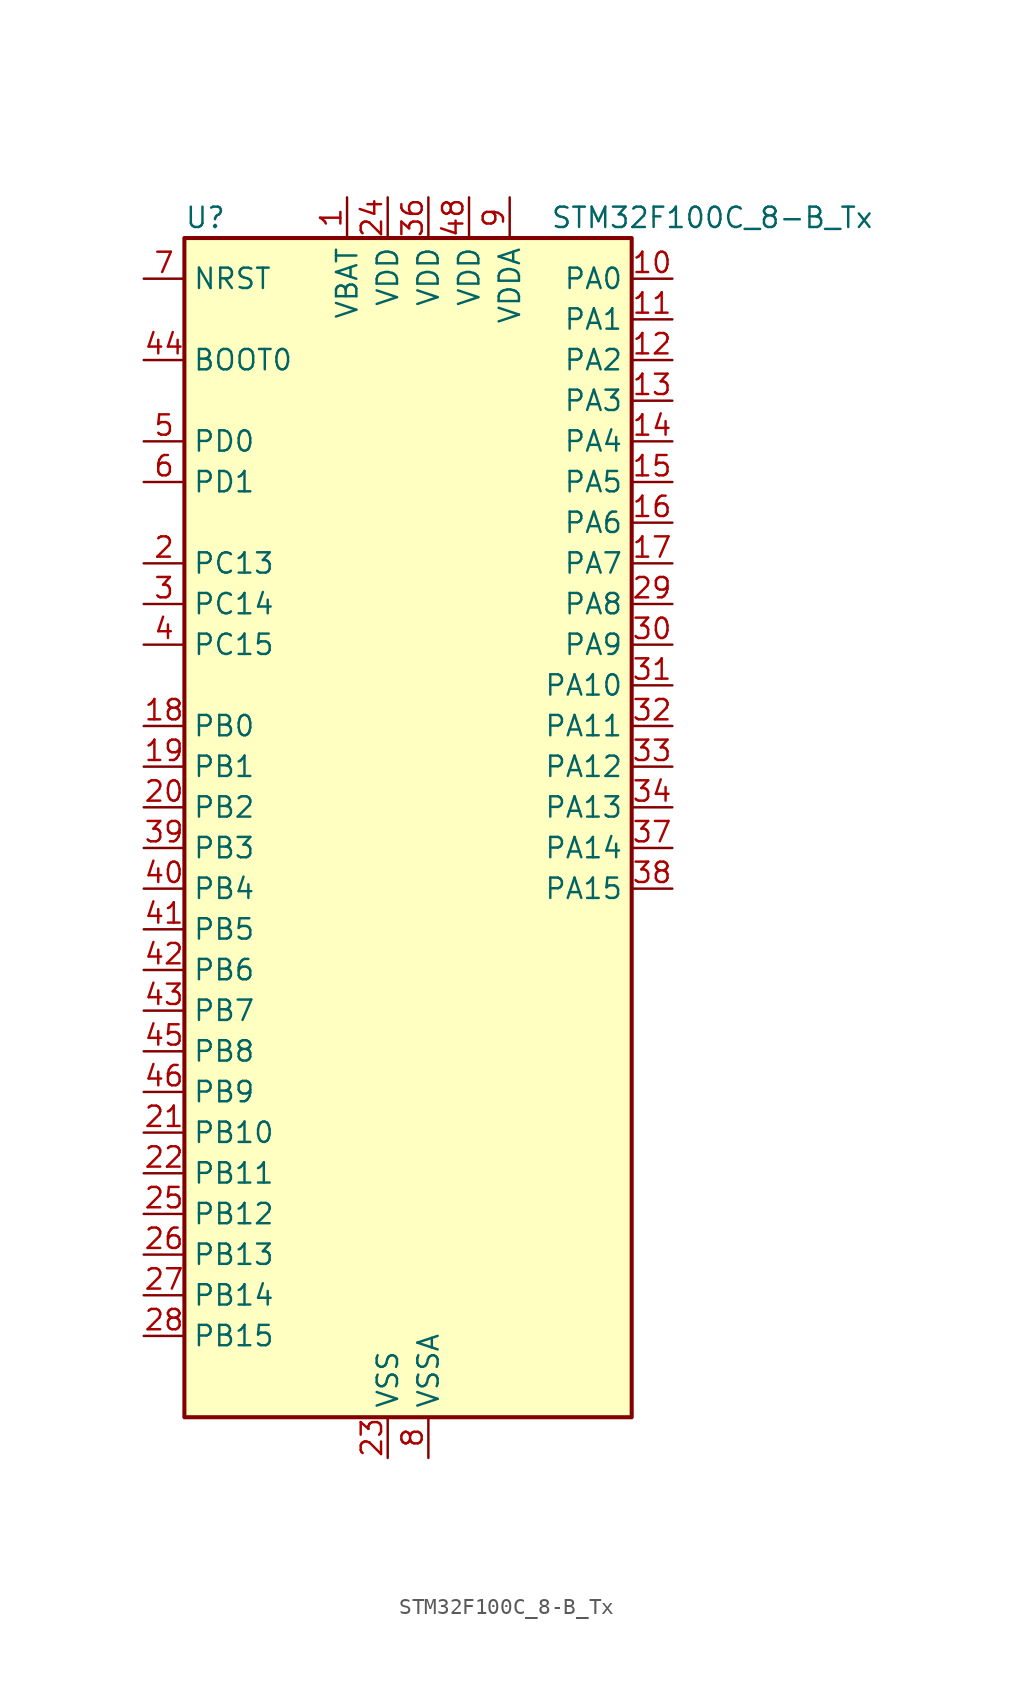
<source format=kicad_sym>
(kicad_symbol_lib
  (version 20220914)
  (generator kicad_symbol_editor)
  (symbol "STM32F100C_8-B_Tx"
    (property "Reference" "U"
      (at -12.7 39.37 0)
      (effects (font (size 1.27 1.27)) (justify left)))
    (property "Value" "STM32F100C_8-B_Tx"
      (at 10.16 39.37 0)
      (effects (font (size 1.27 1.27)) (justify left)))
    (property "ki_locked" ""
      (at 0 0 0)
      (effects (font (size 1.27 1.27))))
    (symbol "STM32F100C_8-B_Tx_0_1"
      (rectangle (start -12.7 -35.56) (end 15.24 38.1) (stroke (width 0.254) (type default)) (fill (type background))))
    (symbol "STM32F100C_8-B_Tx_1_1"
      (pin power_in line (at -2.54 40.64 270) (length 2.54) (name "VBAT" (effects (font (size 1.27 1.27)))) (number "1" (effects (font (size 1.27 1.27)))))
      (pin bidirectional line (at 17.78 35.56 180) (length 2.54) (name "PA0" (effects (font (size 1.27 1.27)))) (number "10" (effects (font (size 1.27 1.27)))) (alternate "ADC1_IN0" bidirectional line) (alternate "SYS_WKUP" bidirectional line) (alternate "TIM2_CH1" bidirectional line) (alternate "TIM2_ETR" bidirectional line) (alternate "USART2_CTS" bidirectional line))
      (pin bidirectional line (at 17.78 33.02 180) (length 2.54) (name "PA1" (effects (font (size 1.27 1.27)))) (number "11" (effects (font (size 1.27 1.27)))) (alternate "ADC1_IN1" bidirectional line) (alternate "TIM2_CH2" bidirectional line) (alternate "USART2_RTS" bidirectional line))
      (pin bidirectional line (at 17.78 30.48 180) (length 2.54) (name "PA2" (effects (font (size 1.27 1.27)))) (number "12" (effects (font (size 1.27 1.27)))) (alternate "ADC1_IN2" bidirectional line) (alternate "TIM15_CH1" bidirectional line) (alternate "TIM2_CH3" bidirectional line) (alternate "USART2_TX" bidirectional line))
      (pin bidirectional line (at 17.78 27.94 180) (length 2.54) (name "PA3" (effects (font (size 1.27 1.27)))) (number "13" (effects (font (size 1.27 1.27)))) (alternate "ADC1_IN3" bidirectional line) (alternate "TIM15_CH2" bidirectional line) (alternate "TIM2_CH4" bidirectional line) (alternate "USART2_RX" bidirectional line))
      (pin bidirectional line (at 17.78 25.4 180) (length 2.54) (name "PA4" (effects (font (size 1.27 1.27)))) (number "14" (effects (font (size 1.27 1.27)))) (alternate "ADC1_IN4" bidirectional line) (alternate "DAC_OUT1" bidirectional line) (alternate "SPI1_NSS" bidirectional line) (alternate "USART2_CK" bidirectional line))
      (pin bidirectional line (at 17.78 22.86 180) (length 2.54) (name "PA5" (effects (font (size 1.27 1.27)))) (number "15" (effects (font (size 1.27 1.27)))) (alternate "ADC1_IN5" bidirectional line) (alternate "DAC_OUT2" bidirectional line) (alternate "SPI1_SCK" bidirectional line))
      (pin bidirectional line (at 17.78 20.32 180) (length 2.54) (name "PA6" (effects (font (size 1.27 1.27)))) (number "16" (effects (font (size 1.27 1.27)))) (alternate "ADC1_IN6" bidirectional line) (alternate "SPI1_MISO" bidirectional line) (alternate "TIM16_CH1" bidirectional line) (alternate "TIM1_BKIN" bidirectional line) (alternate "TIM3_CH1" bidirectional line))
      (pin bidirectional line (at 17.78 17.78 180) (length 2.54) (name "PA7" (effects (font (size 1.27 1.27)))) (number "17" (effects (font (size 1.27 1.27)))) (alternate "ADC1_IN7" bidirectional line) (alternate "SPI1_MOSI" bidirectional line) (alternate "TIM17_CH1" bidirectional line) (alternate "TIM1_CH1N" bidirectional line) (alternate "TIM3_CH2" bidirectional line))
      (pin bidirectional line (at -15.24 7.62 0) (length 2.54) (name "PB0" (effects (font (size 1.27 1.27)))) (number "18" (effects (font (size 1.27 1.27)))) (alternate "ADC1_IN8" bidirectional line) (alternate "TIM1_CH2N" bidirectional line) (alternate "TIM3_CH3" bidirectional line))
      (pin bidirectional line (at -15.24 5.08 0) (length 2.54) (name "PB1" (effects (font (size 1.27 1.27)))) (number "19" (effects (font (size 1.27 1.27)))) (alternate "ADC1_IN9" bidirectional line) (alternate "TIM1_CH3N" bidirectional line) (alternate "TIM3_CH4" bidirectional line))
      (pin bidirectional line (at -15.24 17.78 0) (length 2.54) (name "PC13" (effects (font (size 1.27 1.27)))) (number "2" (effects (font (size 1.27 1.27)))) (alternate "RTC_OUT" bidirectional line) (alternate "RTC_TAMPER" bidirectional line))
      (pin bidirectional line (at -15.24 2.54 0) (length 2.54) (name "PB2" (effects (font (size 1.27 1.27)))) (number "20" (effects (font (size 1.27 1.27)))))
      (pin bidirectional line (at -15.24 -17.78 0) (length 2.54) (name "PB10" (effects (font (size 1.27 1.27)))) (number "21" (effects (font (size 1.27 1.27)))) (alternate "CEC" bidirectional line) (alternate "I2C2_SCL" bidirectional line) (alternate "TIM2_CH3" bidirectional line) (alternate "USART3_TX" bidirectional line))
      (pin bidirectional line (at -15.24 -20.32 0) (length 2.54) (name "PB11" (effects (font (size 1.27 1.27)))) (number "22" (effects (font (size 1.27 1.27)))) (alternate "ADC1_EXTI11" bidirectional line) (alternate "I2C2_SDA" bidirectional line) (alternate "TIM2_CH4" bidirectional line) (alternate "USART3_RX" bidirectional line))
      (pin power_in line (at 0 -38.1 90) (length 2.54) (name "VSS" (effects (font (size 1.27 1.27)))) (number "23" (effects (font (size 1.27 1.27)))))
      (pin power_in line (at 0 40.64 270) (length 2.54) (name "VDD" (effects (font (size 1.27 1.27)))) (number "24" (effects (font (size 1.27 1.27)))))
      (pin bidirectional line (at -15.24 -22.86 0) (length 2.54) (name "PB12" (effects (font (size 1.27 1.27)))) (number "25" (effects (font (size 1.27 1.27)))) (alternate "I2C2_SMBA" bidirectional line) (alternate "SPI2_NSS" bidirectional line) (alternate "TIM1_BKIN" bidirectional line) (alternate "USART3_CK" bidirectional line))
      (pin bidirectional line (at -15.24 -25.4 0) (length 2.54) (name "PB13" (effects (font (size 1.27 1.27)))) (number "26" (effects (font (size 1.27 1.27)))) (alternate "SPI2_SCK" bidirectional line) (alternate "TIM1_CH1N" bidirectional line) (alternate "USART3_CTS" bidirectional line))
      (pin bidirectional line (at -15.24 -27.94 0) (length 2.54) (name "PB14" (effects (font (size 1.27 1.27)))) (number "27" (effects (font (size 1.27 1.27)))) (alternate "SPI2_MISO" bidirectional line) (alternate "TIM15_CH1" bidirectional line) (alternate "TIM1_CH2N" bidirectional line) (alternate "USART3_RTS" bidirectional line))
      (pin bidirectional line (at -15.24 -30.48 0) (length 2.54) (name "PB15" (effects (font (size 1.27 1.27)))) (number "28" (effects (font (size 1.27 1.27)))) (alternate "ADC1_EXTI15" bidirectional line) (alternate "SPI2_MOSI" bidirectional line) (alternate "TIM15_CH1N" bidirectional line) (alternate "TIM15_CH2" bidirectional line) (alternate "TIM1_CH3N" bidirectional line))
      (pin bidirectional line (at 17.78 15.24 180) (length 2.54) (name "PA8" (effects (font (size 1.27 1.27)))) (number "29" (effects (font (size 1.27 1.27)))) (alternate "RCC_MCO" bidirectional line) (alternate "TIM1_CH1" bidirectional line) (alternate "USART1_CK" bidirectional line))
      (pin bidirectional line (at -15.24 15.24 0) (length 2.54) (name "PC14" (effects (font (size 1.27 1.27)))) (number "3" (effects (font (size 1.27 1.27)))) (alternate "RCC_OSC32_IN" bidirectional line))
      (pin bidirectional line (at 17.78 12.7 180) (length 2.54) (name "PA9" (effects (font (size 1.27 1.27)))) (number "30" (effects (font (size 1.27 1.27)))) (alternate "DAC_EXTI9" bidirectional line) (alternate "TIM15_BKIN" bidirectional line) (alternate "TIM1_CH2" bidirectional line) (alternate "USART1_TX" bidirectional line))
      (pin bidirectional line (at 17.78 10.16 180) (length 2.54) (name "PA10" (effects (font (size 1.27 1.27)))) (number "31" (effects (font (size 1.27 1.27)))) (alternate "TIM17_BKIN" bidirectional line) (alternate "TIM1_CH3" bidirectional line) (alternate "USART1_RX" bidirectional line))
      (pin bidirectional line (at 17.78 7.62 180) (length 2.54) (name "PA11" (effects (font (size 1.27 1.27)))) (number "32" (effects (font (size 1.27 1.27)))) (alternate "ADC1_EXTI11" bidirectional line) (alternate "TIM1_CH4" bidirectional line) (alternate "USART1_CTS" bidirectional line))
      (pin bidirectional line (at 17.78 5.08 180) (length 2.54) (name "PA12" (effects (font (size 1.27 1.27)))) (number "33" (effects (font (size 1.27 1.27)))) (alternate "TIM1_ETR" bidirectional line) (alternate "USART1_RTS" bidirectional line))
      (pin bidirectional line (at 17.78 2.54 180) (length 2.54) (name "PA13" (effects (font (size 1.27 1.27)))) (number "34" (effects (font (size 1.27 1.27)))) (alternate "SYS_JTMS-SWDIO" bidirectional line))
      (pin passive line (at 0 -38.1 90) (length 2.54) hide (name "VSS" (effects (font (size 1.27 1.27)))) (number "35" (effects (font (size 1.27 1.27)))))
      (pin power_in line (at 2.54 40.64 270) (length 2.54) (name "VDD" (effects (font (size 1.27 1.27)))) (number "36" (effects (font (size 1.27 1.27)))))
      (pin bidirectional line (at 17.78 0 180) (length 2.54) (name "PA14" (effects (font (size 1.27 1.27)))) (number "37" (effects (font (size 1.27 1.27)))) (alternate "SYS_JTCK-SWCLK" bidirectional line))
      (pin bidirectional line (at 17.78 -2.54 180) (length 2.54) (name "PA15" (effects (font (size 1.27 1.27)))) (number "38" (effects (font (size 1.27 1.27)))) (alternate "ADC1_EXTI15" bidirectional line) (alternate "SPI1_NSS" bidirectional line) (alternate "SYS_JTDI" bidirectional line) (alternate "TIM2_CH1" bidirectional line) (alternate "TIM2_ETR" bidirectional line))
      (pin bidirectional line (at -15.24 0 0) (length 2.54) (name "PB3" (effects (font (size 1.27 1.27)))) (number "39" (effects (font (size 1.27 1.27)))) (alternate "SPI1_SCK" bidirectional line) (alternate "SYS_JTDO-TRACESWO" bidirectional line) (alternate "TIM2_CH2" bidirectional line))
      (pin bidirectional line (at -15.24 12.7 0) (length 2.54) (name "PC15" (effects (font (size 1.27 1.27)))) (number "4" (effects (font (size 1.27 1.27)))) (alternate "ADC1_EXTI15" bidirectional line) (alternate "RCC_OSC32_OUT" bidirectional line))
      (pin bidirectional line (at -15.24 -2.54 0) (length 2.54) (name "PB4" (effects (font (size 1.27 1.27)))) (number "40" (effects (font (size 1.27 1.27)))) (alternate "SPI1_MISO" bidirectional line) (alternate "SYS_NJTRST" bidirectional line) (alternate "TIM3_CH1" bidirectional line))
      (pin bidirectional line (at -15.24 -5.08 0) (length 2.54) (name "PB5" (effects (font (size 1.27 1.27)))) (number "41" (effects (font (size 1.27 1.27)))) (alternate "I2C1_SMBA" bidirectional line) (alternate "SPI1_MOSI" bidirectional line) (alternate "TIM16_BKIN" bidirectional line) (alternate "TIM3_CH2" bidirectional line))
      (pin bidirectional line (at -15.24 -7.62 0) (length 2.54) (name "PB6" (effects (font (size 1.27 1.27)))) (number "42" (effects (font (size 1.27 1.27)))) (alternate "I2C1_SCL" bidirectional line) (alternate "TIM16_CH1N" bidirectional line) (alternate "TIM4_CH1" bidirectional line) (alternate "USART1_TX" bidirectional line))
      (pin bidirectional line (at -15.24 -10.16 0) (length 2.54) (name "PB7" (effects (font (size 1.27 1.27)))) (number "43" (effects (font (size 1.27 1.27)))) (alternate "I2C1_SDA" bidirectional line) (alternate "TIM17_CH1N" bidirectional line) (alternate "TIM4_CH2" bidirectional line) (alternate "USART1_RX" bidirectional line))
      (pin input line (at -15.24 30.48 0) (length 2.54) (name "BOOT0" (effects (font (size 1.27 1.27)))) (number "44" (effects (font (size 1.27 1.27)))))
      (pin bidirectional line (at -15.24 -12.7 0) (length 2.54) (name "PB8" (effects (font (size 1.27 1.27)))) (number "45" (effects (font (size 1.27 1.27)))) (alternate "CEC" bidirectional line) (alternate "I2C1_SCL" bidirectional line) (alternate "TIM16_CH1" bidirectional line) (alternate "TIM4_CH3" bidirectional line))
      (pin bidirectional line (at -15.24 -15.24 0) (length 2.54) (name "PB9" (effects (font (size 1.27 1.27)))) (number "46" (effects (font (size 1.27 1.27)))) (alternate "DAC_EXTI9" bidirectional line) (alternate "I2C1_SDA" bidirectional line) (alternate "TIM17_CH1" bidirectional line) (alternate "TIM4_CH4" bidirectional line))
      (pin passive line (at 0 -38.1 90) (length 2.54) hide (name "VSS" (effects (font (size 1.27 1.27)))) (number "47" (effects (font (size 1.27 1.27)))))
      (pin power_in line (at 5.08 40.64 270) (length 2.54) (name "VDD" (effects (font (size 1.27 1.27)))) (number "48" (effects (font (size 1.27 1.27)))))
      (pin bidirectional line (at -15.24 25.4 0) (length 2.54) (name "PD0" (effects (font (size 1.27 1.27)))) (number "5" (effects (font (size 1.27 1.27)))) (alternate "RCC_OSC_IN" bidirectional line))
      (pin bidirectional line (at -15.24 22.86 0) (length 2.54) (name "PD1" (effects (font (size 1.27 1.27)))) (number "6" (effects (font (size 1.27 1.27)))) (alternate "RCC_OSC_OUT" bidirectional line))
      (pin input line (at -15.24 35.56 0) (length 2.54) (name "NRST" (effects (font (size 1.27 1.27)))) (number "7" (effects (font (size 1.27 1.27)))))
      (pin power_in line (at 2.54 -38.1 90) (length 2.54) (name "VSSA" (effects (font (size 1.27 1.27)))) (number "8" (effects (font (size 1.27 1.27)))))
      (pin power_in line (at 7.62 40.64 270) (length 2.54) (name "VDDA" (effects (font (size 1.27 1.27)))) (number "9" (effects (font (size 1.27 1.27))))))))
</source>
